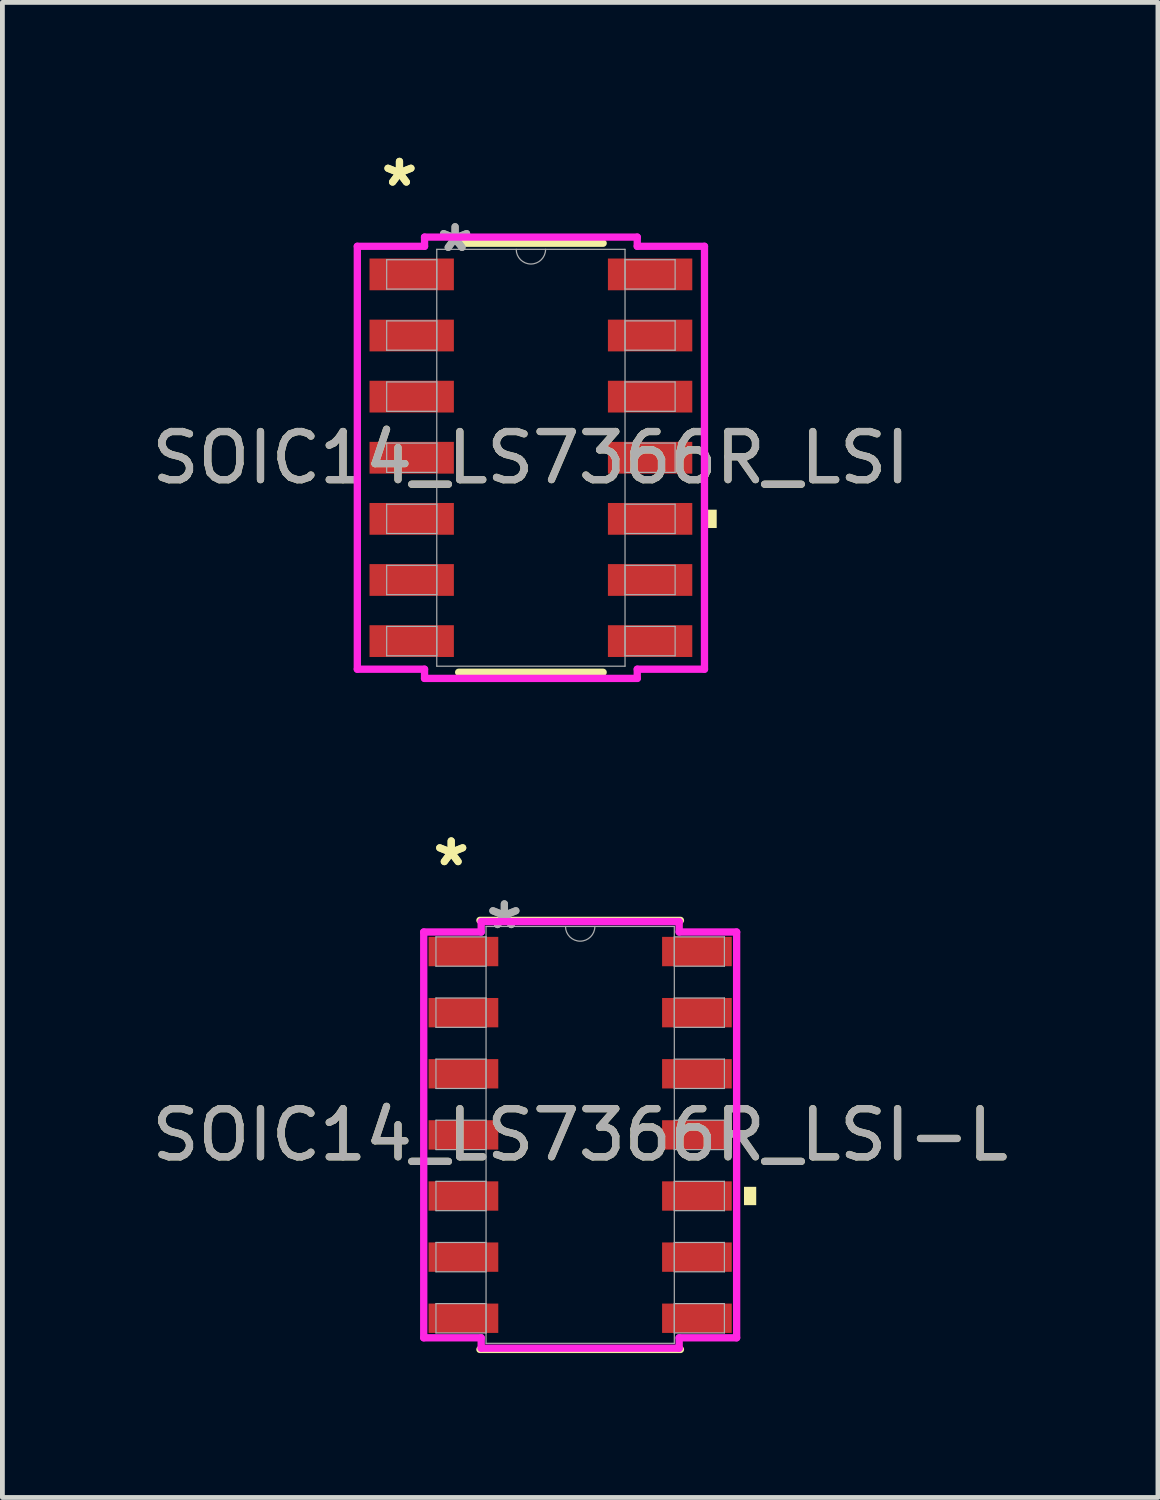
<source format=kicad_pcb>
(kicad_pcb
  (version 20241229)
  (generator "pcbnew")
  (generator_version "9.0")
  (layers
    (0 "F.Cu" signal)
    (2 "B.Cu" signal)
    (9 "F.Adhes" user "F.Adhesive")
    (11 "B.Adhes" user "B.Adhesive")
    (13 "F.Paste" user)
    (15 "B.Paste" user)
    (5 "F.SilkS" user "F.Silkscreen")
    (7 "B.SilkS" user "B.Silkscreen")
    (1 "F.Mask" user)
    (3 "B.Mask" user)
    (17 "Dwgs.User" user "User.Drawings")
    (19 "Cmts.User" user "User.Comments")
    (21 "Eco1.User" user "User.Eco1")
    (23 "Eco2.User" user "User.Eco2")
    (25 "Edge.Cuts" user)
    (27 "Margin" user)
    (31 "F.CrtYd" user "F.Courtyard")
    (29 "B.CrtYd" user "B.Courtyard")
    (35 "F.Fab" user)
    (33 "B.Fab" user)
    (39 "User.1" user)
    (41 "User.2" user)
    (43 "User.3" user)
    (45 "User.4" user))
  (footprint "SOIC14_LS7366R_LSI"
    (layer "F.Cu")
    (at 7.982 6.462)
    (property "Reference" "SOIC14_LS7366R_LSI" (at 0 0 0) (unlocked yes) (layer "F.SilkS") (effects (font (size 1 1) (thickness 0.15))))
    (attr smd)
    (fp_line (start -1.501 4.458) (end 1.501 4.458) (stroke (width 0.152) (type solid)) (layer "F.SilkS"))
    (fp_line (start 1.501 -4.458) (end -1.501 -4.458) (stroke (width 0.152) (type solid)) (layer "F.SilkS"))
    (fp_poly (pts (xy 3.861 1.079) (xy 3.861 1.46) (xy 3.607 1.46) (xy 3.607 1.079)) (stroke (width 0) (type solid)) (fill yes) (layer "F.SilkS"))
    (fp_line (start -3.607 -4.394) (end -2.21 -4.394) (stroke (width 0.152) (type solid)) (layer "F.CrtYd"))
    (fp_line (start -3.607 4.394) (end -3.607 -4.394) (stroke (width 0.152) (type solid)) (layer "F.CrtYd"))
    (fp_line (start -3.607 4.394) (end -2.21 4.394) (stroke (width 0.152) (type solid)) (layer "F.CrtYd"))
    (fp_line (start -2.21 -4.585) (end 2.21 -4.585) (stroke (width 0.152) (type solid)) (layer "F.CrtYd"))
    (fp_line (start -2.21 -4.394) (end -2.21 -4.585) (stroke (width 0.152) (type solid)) (layer "F.CrtYd"))
    (fp_line (start -2.21 4.585) (end -2.21 4.394) (stroke (width 0.152) (type solid)) (layer "F.CrtYd"))
    (fp_line (start 2.21 -4.585) (end 2.21 -4.394) (stroke (width 0.152) (type solid)) (layer "F.CrtYd"))
    (fp_line (start 2.21 4.394) (end 2.21 4.585) (stroke (width 0.152) (type solid)) (layer "F.CrtYd"))
    (fp_line (start 2.21 4.585) (end -2.21 4.585) (stroke (width 0.152) (type solid)) (layer "F.CrtYd"))
    (fp_line (start 3.607 -4.394) (end 2.21 -4.394) (stroke (width 0.152) (type solid)) (layer "F.CrtYd"))
    (fp_line (start 3.607 -4.394) (end 3.607 4.394) (stroke (width 0.152) (type solid)) (layer "F.CrtYd"))
    (fp_line (start 3.607 4.394) (end 2.21 4.394) (stroke (width 0.152) (type solid)) (layer "F.CrtYd"))
    (fp_line (start -2.997 -4.115) (end -2.997 -3.505) (stroke (width 0.025) (type solid)) (layer "F.Fab"))
    (fp_line (start -2.997 -3.505) (end -1.956 -3.505) (stroke (width 0.025) (type solid)) (layer "F.Fab"))
    (fp_line (start -2.997 -2.845) (end -2.997 -2.235) (stroke (width 0.025) (type solid)) (layer "F.Fab"))
    (fp_line (start -2.997 -2.235) (end -1.956 -2.235) (stroke (width 0.025) (type solid)) (layer "F.Fab"))
    (fp_line (start -2.997 -1.575) (end -2.997 -0.965) (stroke (width 0.025) (type solid)) (layer "F.Fab"))
    (fp_line (start -2.997 -0.965) (end -1.956 -0.965) (stroke (width 0.025) (type solid)) (layer "F.Fab"))
    (fp_line (start -2.997 -0.305) (end -2.997 0.305) (stroke (width 0.025) (type solid)) (layer "F.Fab"))
    (fp_line (start -2.997 0.305) (end -1.956 0.305) (stroke (width 0.025) (type solid)) (layer "F.Fab"))
    (fp_line (start -2.997 0.965) (end -2.997 1.575) (stroke (width 0.025) (type solid)) (layer "F.Fab"))
    (fp_line (start -2.997 1.575) (end -1.956 1.575) (stroke (width 0.025) (type solid)) (layer "F.Fab"))
    (fp_line (start -2.997 2.235) (end -2.997 2.845) (stroke (width 0.025) (type solid)) (layer "F.Fab"))
    (fp_line (start -2.997 2.845) (end -1.956 2.845) (stroke (width 0.025) (type solid)) (layer "F.Fab"))
    (fp_line (start -2.997 3.505) (end -2.997 4.115) (stroke (width 0.025) (type solid)) (layer "F.Fab"))
    (fp_line (start -2.997 4.115) (end -1.956 4.115) (stroke (width 0.025) (type solid)) (layer "F.Fab"))
    (fp_line (start -1.956 -4.331) (end -1.956 4.331) (stroke (width 0.025) (type solid)) (layer "F.Fab"))
    (fp_line (start -1.956 -4.115) (end -2.997 -4.115) (stroke (width 0.025) (type solid)) (layer "F.Fab"))
    (fp_line (start -1.956 -3.505) (end -1.956 -4.115) (stroke (width 0.025) (type solid)) (layer "F.Fab"))
    (fp_line (start -1.956 -2.845) (end -2.997 -2.845) (stroke (width 0.025) (type solid)) (layer "F.Fab"))
    (fp_line (start -1.956 -2.235) (end -1.956 -2.845) (stroke (width 0.025) (type solid)) (layer "F.Fab"))
    (fp_line (start -1.956 -1.575) (end -2.997 -1.575) (stroke (width 0.025) (type solid)) (layer "F.Fab"))
    (fp_line (start -1.956 -0.965) (end -1.956 -1.575) (stroke (width 0.025) (type solid)) (layer "F.Fab"))
    (fp_line (start -1.956 -0.305) (end -2.997 -0.305) (stroke (width 0.025) (type solid)) (layer "F.Fab"))
    (fp_line (start -1.956 0.305) (end -1.956 -0.305) (stroke (width 0.025) (type solid)) (layer "F.Fab"))
    (fp_line (start -1.956 0.965) (end -2.997 0.965) (stroke (width 0.025) (type solid)) (layer "F.Fab"))
    (fp_line (start -1.956 1.575) (end -1.956 0.965) (stroke (width 0.025) (type solid)) (layer "F.Fab"))
    (fp_line (start -1.956 2.235) (end -2.997 2.235) (stroke (width 0.025) (type solid)) (layer "F.Fab"))
    (fp_line (start -1.956 2.845) (end -1.956 2.235) (stroke (width 0.025) (type solid)) (layer "F.Fab"))
    (fp_line (start -1.956 3.505) (end -2.997 3.505) (stroke (width 0.025) (type solid)) (layer "F.Fab"))
    (fp_line (start -1.956 4.115) (end -1.956 3.505) (stroke (width 0.025) (type solid)) (layer "F.Fab"))
    (fp_line (start -1.956 4.331) (end 1.956 4.331) (stroke (width 0.025) (type solid)) (layer "F.Fab"))
    (fp_line (start 1.956 -4.331) (end -1.956 -4.331) (stroke (width 0.025) (type solid)) (layer "F.Fab"))
    (fp_line (start 1.956 -4.115) (end 1.956 -3.505) (stroke (width 0.025) (type solid)) (layer "F.Fab"))
    (fp_line (start 1.956 -3.505) (end 2.997 -3.505) (stroke (width 0.025) (type solid)) (layer "F.Fab"))
    (fp_line (start 1.956 -2.845) (end 1.956 -2.235) (stroke (width 0.025) (type solid)) (layer "F.Fab"))
    (fp_line (start 1.956 -2.235) (end 2.997 -2.235) (stroke (width 0.025) (type solid)) (layer "F.Fab"))
    (fp_line (start 1.956 -1.575) (end 1.956 -0.965) (stroke (width 0.025) (type solid)) (layer "F.Fab"))
    (fp_line (start 1.956 -0.965) (end 2.997 -0.965) (stroke (width 0.025) (type solid)) (layer "F.Fab"))
    (fp_line (start 1.956 -0.305) (end 1.956 0.305) (stroke (width 0.025) (type solid)) (layer "F.Fab"))
    (fp_line (start 1.956 0.305) (end 2.997 0.305) (stroke (width 0.025) (type solid)) (layer "F.Fab"))
    (fp_line (start 1.956 0.965) (end 1.956 1.575) (stroke (width 0.025) (type solid)) (layer "F.Fab"))
    (fp_line (start 1.956 1.575) (end 2.997 1.575) (stroke (width 0.025) (type solid)) (layer "F.Fab"))
    (fp_line (start 1.956 2.235) (end 1.956 2.845) (stroke (width 0.025) (type solid)) (layer "F.Fab"))
    (fp_line (start 1.956 2.845) (end 2.997 2.845) (stroke (width 0.025) (type solid)) (layer "F.Fab"))
    (fp_line (start 1.956 3.505) (end 1.956 4.115) (stroke (width 0.025) (type solid)) (layer "F.Fab"))
    (fp_line (start 1.956 4.115) (end 2.997 4.115) (stroke (width 0.025) (type solid)) (layer "F.Fab"))
    (fp_line (start 1.956 4.331) (end 1.956 -4.331) (stroke (width 0.025) (type solid)) (layer "F.Fab"))
    (fp_line (start 2.997 -4.115) (end 1.956 -4.115) (stroke (width 0.025) (type solid)) (layer "F.Fab"))
    (fp_line (start 2.997 -3.505) (end 2.997 -4.115) (stroke (width 0.025) (type solid)) (layer "F.Fab"))
    (fp_line (start 2.997 -2.845) (end 1.956 -2.845) (stroke (width 0.025) (type solid)) (layer "F.Fab"))
    (fp_line (start 2.997 -2.235) (end 2.997 -2.845) (stroke (width 0.025) (type solid)) (layer "F.Fab"))
    (fp_line (start 2.997 -1.575) (end 1.956 -1.575) (stroke (width 0.025) (type solid)) (layer "F.Fab"))
    (fp_line (start 2.997 -0.965) (end 2.997 -1.575) (stroke (width 0.025) (type solid)) (layer "F.Fab"))
    (fp_line (start 2.997 -0.305) (end 1.956 -0.305) (stroke (width 0.025) (type solid)) (layer "F.Fab"))
    (fp_line (start 2.997 0.305) (end 2.997 -0.305) (stroke (width 0.025) (type solid)) (layer "F.Fab"))
    (fp_line (start 2.997 0.965) (end 1.956 0.965) (stroke (width 0.025) (type solid)) (layer "F.Fab"))
    (fp_line (start 2.997 1.575) (end 2.997 0.965) (stroke (width 0.025) (type solid)) (layer "F.Fab"))
    (fp_line (start 2.997 2.235) (end 1.956 2.235) (stroke (width 0.025) (type solid)) (layer "F.Fab"))
    (fp_line (start 2.997 2.845) (end 2.997 2.235) (stroke (width 0.025) (type solid)) (layer "F.Fab"))
    (fp_line (start 2.997 3.505) (end 1.956 3.505) (stroke (width 0.025) (type solid)) (layer "F.Fab"))
    (fp_line (start 2.997 4.115) (end 2.997 3.505) (stroke (width 0.025) (type solid)) (layer "F.Fab"))
    (fp_arc (start 0.3048 -4.3307) (mid 0 -4.0259) (end -0.3048 -4.3307) (stroke (width 0.0254) (type solid)) (layer "F.Fab"))
    (fp_text user "*" (at -2.731 -5.613 0) (layer "F.SilkS") (effects (font (size 1 1) (thickness 0.15))))
    (fp_text user "*" (at -2.731 -5.613 0) (unlocked yes) (layer "F.SilkS") (effects (font (size 1 1) (thickness 0.15))))
    (fp_text user "${REFERENCE}" (at 0 0 0) (unlocked yes) (layer "F.Fab") (effects (font (size 1 1) (thickness 0.15))))
    (fp_text user "*" (at -1.575 -4.255 0) (unlocked yes) (layer "F.Fab") (effects (font (size 1 1) (thickness 0.15))))
    (fp_text user "*" (at -1.575 -4.255 0) (layer "F.Fab") (effects (font (size 1 1) (thickness 0.15))))
    (pad "1" smd rect (at -2.477 -3.81) (size 1.753 0.66) (layers "F.Cu" "F.Mask" "F.Paste"))
    (pad "2" smd rect (at -2.477 -2.54) (size 1.753 0.66) (layers "F.Cu" "F.Mask" "F.Paste"))
    (pad "3" smd rect (at -2.477 -1.27) (size 1.753 0.66) (layers "F.Cu" "F.Mask" "F.Paste"))
    (pad "4" smd rect (at -2.477 0) (size 1.753 0.66) (layers "F.Cu" "F.Mask" "F.Paste"))
    (pad "5" smd rect (at -2.477 1.27) (size 1.753 0.66) (layers "F.Cu" "F.Mask" "F.Paste"))
    (pad "6" smd rect (at -2.477 2.54) (size 1.753 0.66) (layers "F.Cu" "F.Mask" "F.Paste"))
    (pad "7" smd rect (at -2.477 3.81) (size 1.753 0.66) (layers "F.Cu" "F.Mask" "F.Paste"))
    (pad "8" smd rect (at 2.477 3.81) (size 1.753 0.66) (layers "F.Cu" "F.Mask" "F.Paste"))
    (pad "9" smd rect (at 2.477 2.54) (size 1.753 0.66) (layers "F.Cu" "F.Mask" "F.Paste"))
    (pad "10" smd rect (at 2.477 1.27) (size 1.753 0.66) (layers "F.Cu" "F.Mask" "F.Paste"))
    (pad "11" smd rect (at 2.477 0) (size 1.753 0.66) (layers "F.Cu" "F.Mask" "F.Paste"))
    (pad "12" smd rect (at 2.477 -1.27) (size 1.753 0.66) (layers "F.Cu" "F.Mask" "F.Paste"))
    (pad "13" smd rect (at 2.477 -2.54) (size 1.753 0.66) (layers "F.Cu" "F.Mask" "F.Paste"))
    (pad "14" smd rect (at 2.477 -3.81) (size 1.753 0.66) (layers "F.Cu" "F.Mask" "F.Paste")))
  (footprint "SOIC14_LS7366R_LSI-L"
    (layer "F.Cu")
    (at 9.006 20.533)
    (property "Reference" "SOIC14_LS7366R_LSI-L" (at 0 0 0) (unlocked yes) (layer "F.SilkS") (effects (font (size 1 1) (thickness 0.15))))
    (attr smd)
    (fp_line (start -2.083 4.458) (end 2.083 4.458) (stroke (width 0.152) (type solid)) (layer "F.SilkS"))
    (fp_line (start 2.083 -4.458) (end -2.083 -4.458) (stroke (width 0.152) (type solid)) (layer "F.SilkS"))
    (fp_poly (pts (xy 3.658 1.079) (xy 3.658 1.46) (xy 3.404 1.46) (xy 3.404 1.079)) (stroke (width 0) (type solid)) (fill yes) (layer "F.SilkS"))
    (fp_line (start -3.251 -4.216) (end -2.057 -4.216) (stroke (width 0.152) (type solid)) (layer "F.CrtYd"))
    (fp_line (start -3.251 4.216) (end -3.251 -4.216) (stroke (width 0.152) (type solid)) (layer "F.CrtYd"))
    (fp_line (start -3.251 4.216) (end -2.057 4.216) (stroke (width 0.152) (type solid)) (layer "F.CrtYd"))
    (fp_line (start -2.057 -4.432) (end 2.057 -4.432) (stroke (width 0.152) (type solid)) (layer "F.CrtYd"))
    (fp_line (start -2.057 -4.216) (end -2.057 -4.432) (stroke (width 0.152) (type solid)) (layer "F.CrtYd"))
    (fp_line (start -2.057 4.432) (end -2.057 4.216) (stroke (width 0.152) (type solid)) (layer "F.CrtYd"))
    (fp_line (start 2.057 -4.432) (end 2.057 -4.216) (stroke (width 0.152) (type solid)) (layer "F.CrtYd"))
    (fp_line (start 2.057 4.216) (end 2.057 4.432) (stroke (width 0.152) (type solid)) (layer "F.CrtYd"))
    (fp_line (start 2.057 4.432) (end -2.057 4.432) (stroke (width 0.152) (type solid)) (layer "F.CrtYd"))
    (fp_line (start 3.251 -4.216) (end 2.057 -4.216) (stroke (width 0.152) (type solid)) (layer "F.CrtYd"))
    (fp_line (start 3.251 -4.216) (end 3.251 4.216) (stroke (width 0.152) (type solid)) (layer "F.CrtYd"))
    (fp_line (start 3.251 4.216) (end 2.057 4.216) (stroke (width 0.152) (type solid)) (layer "F.CrtYd"))
    (fp_line (start -2.997 -4.115) (end -2.997 -3.505) (stroke (width 0.025) (type solid)) (layer "F.Fab"))
    (fp_line (start -2.997 -3.505) (end -1.956 -3.505) (stroke (width 0.025) (type solid)) (layer "F.Fab"))
    (fp_line (start -2.997 -2.845) (end -2.997 -2.235) (stroke (width 0.025) (type solid)) (layer "F.Fab"))
    (fp_line (start -2.997 -2.235) (end -1.956 -2.235) (stroke (width 0.025) (type solid)) (layer "F.Fab"))
    (fp_line (start -2.997 -1.575) (end -2.997 -0.965) (stroke (width 0.025) (type solid)) (layer "F.Fab"))
    (fp_line (start -2.997 -0.965) (end -1.956 -0.965) (stroke (width 0.025) (type solid)) (layer "F.Fab"))
    (fp_line (start -2.997 -0.305) (end -2.997 0.305) (stroke (width 0.025) (type solid)) (layer "F.Fab"))
    (fp_line (start -2.997 0.305) (end -1.956 0.305) (stroke (width 0.025) (type solid)) (layer "F.Fab"))
    (fp_line (start -2.997 0.965) (end -2.997 1.575) (stroke (width 0.025) (type solid)) (layer "F.Fab"))
    (fp_line (start -2.997 1.575) (end -1.956 1.575) (stroke (width 0.025) (type solid)) (layer "F.Fab"))
    (fp_line (start -2.997 2.235) (end -2.997 2.845) (stroke (width 0.025) (type solid)) (layer "F.Fab"))
    (fp_line (start -2.997 2.845) (end -1.956 2.845) (stroke (width 0.025) (type solid)) (layer "F.Fab"))
    (fp_line (start -2.997 3.505) (end -2.997 4.115) (stroke (width 0.025) (type solid)) (layer "F.Fab"))
    (fp_line (start -2.997 4.115) (end -1.956 4.115) (stroke (width 0.025) (type solid)) (layer "F.Fab"))
    (fp_line (start -1.956 -4.331) (end -1.956 4.331) (stroke (width 0.025) (type solid)) (layer "F.Fab"))
    (fp_line (start -1.956 -4.115) (end -2.997 -4.115) (stroke (width 0.025) (type solid)) (layer "F.Fab"))
    (fp_line (start -1.956 -3.505) (end -1.956 -4.115) (stroke (width 0.025) (type solid)) (layer "F.Fab"))
    (fp_line (start -1.956 -2.845) (end -2.997 -2.845) (stroke (width 0.025) (type solid)) (layer "F.Fab"))
    (fp_line (start -1.956 -2.235) (end -1.956 -2.845) (stroke (width 0.025) (type solid)) (layer "F.Fab"))
    (fp_line (start -1.956 -1.575) (end -2.997 -1.575) (stroke (width 0.025) (type solid)) (layer "F.Fab"))
    (fp_line (start -1.956 -0.965) (end -1.956 -1.575) (stroke (width 0.025) (type solid)) (layer "F.Fab"))
    (fp_line (start -1.956 -0.305) (end -2.997 -0.305) (stroke (width 0.025) (type solid)) (layer "F.Fab"))
    (fp_line (start -1.956 0.305) (end -1.956 -0.305) (stroke (width 0.025) (type solid)) (layer "F.Fab"))
    (fp_line (start -1.956 0.965) (end -2.997 0.965) (stroke (width 0.025) (type solid)) (layer "F.Fab"))
    (fp_line (start -1.956 1.575) (end -1.956 0.965) (stroke (width 0.025) (type solid)) (layer "F.Fab"))
    (fp_line (start -1.956 2.235) (end -2.997 2.235) (stroke (width 0.025) (type solid)) (layer "F.Fab"))
    (fp_line (start -1.956 2.845) (end -1.956 2.235) (stroke (width 0.025) (type solid)) (layer "F.Fab"))
    (fp_line (start -1.956 3.505) (end -2.997 3.505) (stroke (width 0.025) (type solid)) (layer "F.Fab"))
    (fp_line (start -1.956 4.115) (end -1.956 3.505) (stroke (width 0.025) (type solid)) (layer "F.Fab"))
    (fp_line (start -1.956 4.331) (end 1.956 4.331) (stroke (width 0.025) (type solid)) (layer "F.Fab"))
    (fp_line (start 1.956 -4.331) (end -1.956 -4.331) (stroke (width 0.025) (type solid)) (layer "F.Fab"))
    (fp_line (start 1.956 -4.115) (end 1.956 -3.505) (stroke (width 0.025) (type solid)) (layer "F.Fab"))
    (fp_line (start 1.956 -3.505) (end 2.997 -3.505) (stroke (width 0.025) (type solid)) (layer "F.Fab"))
    (fp_line (start 1.956 -2.845) (end 1.956 -2.235) (stroke (width 0.025) (type solid)) (layer "F.Fab"))
    (fp_line (start 1.956 -2.235) (end 2.997 -2.235) (stroke (width 0.025) (type solid)) (layer "F.Fab"))
    (fp_line (start 1.956 -1.575) (end 1.956 -0.965) (stroke (width 0.025) (type solid)) (layer "F.Fab"))
    (fp_line (start 1.956 -0.965) (end 2.997 -0.965) (stroke (width 0.025) (type solid)) (layer "F.Fab"))
    (fp_line (start 1.956 -0.305) (end 1.956 0.305) (stroke (width 0.025) (type solid)) (layer "F.Fab"))
    (fp_line (start 1.956 0.305) (end 2.997 0.305) (stroke (width 0.025) (type solid)) (layer "F.Fab"))
    (fp_line (start 1.956 0.965) (end 1.956 1.575) (stroke (width 0.025) (type solid)) (layer "F.Fab"))
    (fp_line (start 1.956 1.575) (end 2.997 1.575) (stroke (width 0.025) (type solid)) (layer "F.Fab"))
    (fp_line (start 1.956 2.235) (end 1.956 2.845) (stroke (width 0.025) (type solid)) (layer "F.Fab"))
    (fp_line (start 1.956 2.845) (end 2.997 2.845) (stroke (width 0.025) (type solid)) (layer "F.Fab"))
    (fp_line (start 1.956 3.505) (end 1.956 4.115) (stroke (width 0.025) (type solid)) (layer "F.Fab"))
    (fp_line (start 1.956 4.115) (end 2.997 4.115) (stroke (width 0.025) (type solid)) (layer "F.Fab"))
    (fp_line (start 1.956 4.331) (end 1.956 -4.331) (stroke (width 0.025) (type solid)) (layer "F.Fab"))
    (fp_line (start 2.997 -4.115) (end 1.956 -4.115) (stroke (width 0.025) (type solid)) (layer "F.Fab"))
    (fp_line (start 2.997 -3.505) (end 2.997 -4.115) (stroke (width 0.025) (type solid)) (layer "F.Fab"))
    (fp_line (start 2.997 -2.845) (end 1.956 -2.845) (stroke (width 0.025) (type solid)) (layer "F.Fab"))
    (fp_line (start 2.997 -2.235) (end 2.997 -2.845) (stroke (width 0.025) (type solid)) (layer "F.Fab"))
    (fp_line (start 2.997 -1.575) (end 1.956 -1.575) (stroke (width 0.025) (type solid)) (layer "F.Fab"))
    (fp_line (start 2.997 -0.965) (end 2.997 -1.575) (stroke (width 0.025) (type solid)) (layer "F.Fab"))
    (fp_line (start 2.997 -0.305) (end 1.956 -0.305) (stroke (width 0.025) (type solid)) (layer "F.Fab"))
    (fp_line (start 2.997 0.305) (end 2.997 -0.305) (stroke (width 0.025) (type solid)) (layer "F.Fab"))
    (fp_line (start 2.997 0.965) (end 1.956 0.965) (stroke (width 0.025) (type solid)) (layer "F.Fab"))
    (fp_line (start 2.997 1.575) (end 2.997 0.965) (stroke (width 0.025) (type solid)) (layer "F.Fab"))
    (fp_line (start 2.997 2.235) (end 1.956 2.235) (stroke (width 0.025) (type solid)) (layer "F.Fab"))
    (fp_line (start 2.997 2.845) (end 2.997 2.235) (stroke (width 0.025) (type solid)) (layer "F.Fab"))
    (fp_line (start 2.997 3.505) (end 1.956 3.505) (stroke (width 0.025) (type solid)) (layer "F.Fab"))
    (fp_line (start 2.997 4.115) (end 2.997 3.505) (stroke (width 0.025) (type solid)) (layer "F.Fab"))
    (fp_arc (start 0.3048 -4.3307) (mid 0 -4.0259) (end -0.3048 -4.3307) (stroke (width 0.0254) (type solid)) (layer "F.Fab"))
    (fp_text user "*" (at -2.68 -5.563 0) (layer "F.SilkS") (effects (font (size 1 1) (thickness 0.15))))
    (fp_text user "*" (at -2.68 -5.563 0) (unlocked yes) (layer "F.SilkS") (effects (font (size 1 1) (thickness 0.15))))
    (fp_text user "*" (at -1.575 -4.255 0) (layer "F.Fab") (effects (font (size 1 1) (thickness 0.15))))
    (fp_text user "${REFERENCE}" (at 0 0 0) (unlocked yes) (layer "F.Fab") (effects (font (size 1 1) (thickness 0.15))))
    (fp_text user "*" (at -1.575 -4.255 0) (unlocked yes) (layer "F.Fab") (effects (font (size 1 1) (thickness 0.15))))
    (pad "1" smd rect (at -2.426 -3.81) (size 1.448 0.61) (layers "F.Cu" "F.Mask" "F.Paste"))
    (pad "2" smd rect (at -2.426 -2.54) (size 1.448 0.61) (layers "F.Cu" "F.Mask" "F.Paste"))
    (pad "3" smd rect (at -2.426 -1.27) (size 1.448 0.61) (layers "F.Cu" "F.Mask" "F.Paste"))
    (pad "4" smd rect (at -2.426 0) (size 1.448 0.61) (layers "F.Cu" "F.Mask" "F.Paste"))
    (pad "5" smd rect (at -2.426 1.27) (size 1.448 0.61) (layers "F.Cu" "F.Mask" "F.Paste"))
    (pad "6" smd rect (at -2.426 2.54) (size 1.448 0.61) (layers "F.Cu" "F.Mask" "F.Paste"))
    (pad "7" smd rect (at -2.426 3.81) (size 1.448 0.61) (layers "F.Cu" "F.Mask" "F.Paste"))
    (pad "8" smd rect (at 2.426 3.81) (size 1.448 0.61) (layers "F.Cu" "F.Mask" "F.Paste"))
    (pad "9" smd rect (at 2.426 2.54) (size 1.448 0.61) (layers "F.Cu" "F.Mask" "F.Paste"))
    (pad "10" smd rect (at 2.426 1.27) (size 1.448 0.61) (layers "F.Cu" "F.Mask" "F.Paste"))
    (pad "11" smd rect (at 2.426 0) (size 1.448 0.61) (layers "F.Cu" "F.Mask" "F.Paste"))
    (pad "12" smd rect (at 2.426 -1.27) (size 1.448 0.61) (layers "F.Cu" "F.Mask" "F.Paste"))
    (pad "13" smd rect (at 2.426 -2.54) (size 1.448 0.61) (layers "F.Cu" "F.Mask" "F.Paste"))
    (pad "14" smd rect (at 2.426 -3.81) (size 1.448 0.61) (layers "F.Cu" "F.Mask" "F.Paste")))
  (gr_rect
    (start -3 -3)
    (end 21.012 28.067)
    (stroke (width 0.1) (type default))
    (fill no)
    (layer "Edge.Cuts")))
</source>
